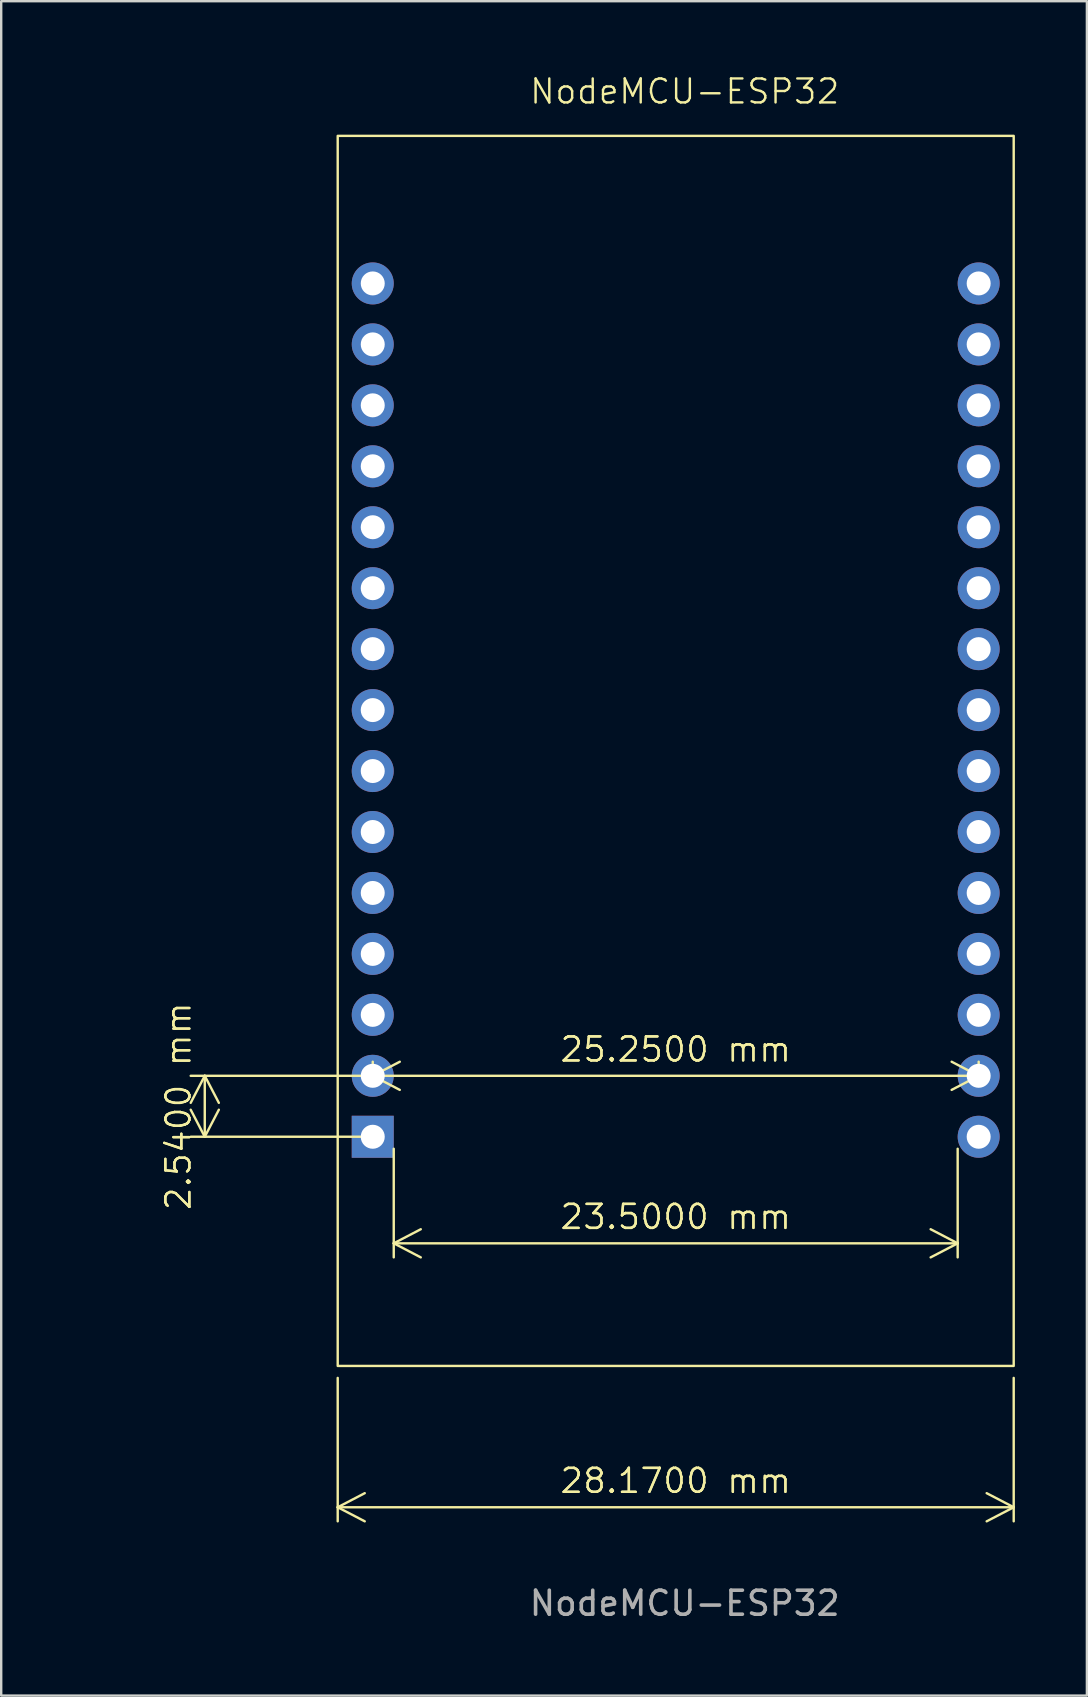
<source format=kicad_pcb>
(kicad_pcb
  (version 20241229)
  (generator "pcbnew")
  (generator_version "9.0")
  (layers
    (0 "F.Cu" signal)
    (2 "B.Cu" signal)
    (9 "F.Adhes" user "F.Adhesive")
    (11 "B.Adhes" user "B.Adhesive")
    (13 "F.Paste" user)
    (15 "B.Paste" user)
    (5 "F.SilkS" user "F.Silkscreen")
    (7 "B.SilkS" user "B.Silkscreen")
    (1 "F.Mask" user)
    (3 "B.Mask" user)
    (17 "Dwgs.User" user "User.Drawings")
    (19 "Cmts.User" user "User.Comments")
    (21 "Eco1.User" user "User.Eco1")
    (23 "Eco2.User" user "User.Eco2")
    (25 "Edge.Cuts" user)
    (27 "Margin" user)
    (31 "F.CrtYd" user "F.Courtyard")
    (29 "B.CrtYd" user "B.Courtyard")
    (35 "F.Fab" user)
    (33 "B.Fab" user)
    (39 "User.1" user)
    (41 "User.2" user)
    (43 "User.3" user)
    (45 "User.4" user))
  (footprint "NodeMCU-ESP32"
    (layer "F.Cu")
    (at 25.483 24.761)
    (property "Reference" "NodeMCU-ESP32" (at 0 -24 0) (unlocked yes) (layer "F.SilkS") (effects (font (size 1 1) (thickness 0.1))))
    (attr through_hole)
    (fp_rect (start -14.46 -22.15) (end 13.71 29.11) (stroke (width 0.1) (type default)) (fill no) (layer "F.SilkS"))
    (fp_text user "${REFERENCE}" (at 0 39 0) (unlocked yes) (layer "F.Fab") (effects (font (size 1 1) (thickness 0.15))))
    (dimension (type aligned) (layer "F.SilkS") (pts (xy 13.358 44.321) (xy 36.858 44.321)) (height 4.44) (format (prefix "") (suffix "") (units 3) (units_format 1) (precision 4)) (style (thickness 0.1) (arrow_length 1.27) (text_position_mode 0) (arrow_direction outward) (extension_height 0.586) (extension_offset 0.5) (keep_text_aligned yes)) (gr_text "23.5000 mm" (at 25.108 47.66 0) (layer "F.SilkS") (effects (font (size 1 1) (thickness 0.1)))))
    (dimension (type aligned) (layer "F.SilkS") (pts (xy 12.483 41.781) (xy 37.733 41.781)) (height 0) (format (prefix "") (suffix "") (units 3) (units_format 1) (precision 4)) (style (thickness 0.1) (arrow_length 1.27) (text_position_mode 0) (arrow_direction outward) (extension_height 0.586) (extension_offset 0.5) (keep_text_aligned yes)) (gr_text "25.2500 mm" (at 25.108 40.681 0) (layer "F.SilkS") (effects (font (size 1 1) (thickness 0.1)))))
    (dimension (type aligned) (layer "F.SilkS") (pts (xy 11.023 53.87) (xy 39.193 53.87)) (height 5.89) (format (prefix "") (suffix "") (units 3) (units_format 1) (precision 4)) (style (thickness 0.1) (arrow_length 1.27) (text_position_mode 0) (arrow_direction outward) (extension_height 0.586) (extension_offset 0.5) (keep_text_aligned yes)) (gr_text "28.1700 mm" (at 25.108 58.66 0) (layer "F.SilkS") (effects (font (size 1 1) (thickness 0.1)))))
    (dimension (type aligned) (layer "F.SilkS") (pts (xy 12.483 44.321) (xy 12.483 41.781)) (height -7) (format (prefix "") (suffix "") (units 3) (units_format 1) (precision 4)) (style (thickness 0.1) (arrow_length 1.27) (text_position_mode 0) (arrow_direction outward) (extension_height 0.586) (extension_offset 0.5) (keep_text_aligned yes)) (gr_text "2.5400 mm" (at 4.383 43.05 90) (layer "F.SilkS") (effects (font (size 1 1) (thickness 0.1)))))
    (pad "1" thru_hole circle (at -13 -16) (size 1.75 1.75) (drill 1) (layers "*.Cu" "*.Mask"))
    (pad "1" thru_hole circle (at -13 -13.46) (size 1.75 1.75) (drill 1) (layers "*.Cu" "*.Mask"))
    (pad "1" thru_hole circle (at -13 -10.92) (size 1.75 1.75) (drill 1) (layers "*.Cu" "*.Mask"))
    (pad "1" thru_hole circle (at -13 -8.38) (size 1.75 1.75) (drill 1) (layers "*.Cu" "*.Mask"))
    (pad "1" thru_hole circle (at -13 -5.84) (size 1.75 1.75) (drill 1) (layers "*.Cu" "*.Mask"))
    (pad "1" thru_hole circle (at -13 -3.3) (size 1.75 1.75) (drill 1) (layers "*.Cu" "*.Mask"))
    (pad "1" thru_hole circle (at -13 -0.76) (size 1.75 1.75) (drill 1) (layers "*.Cu" "*.Mask"))
    (pad "1" thru_hole circle (at -13 1.78) (size 1.75 1.75) (drill 1) (layers "*.Cu" "*.Mask"))
    (pad "1" thru_hole circle (at -13 4.32) (size 1.75 1.75) (drill 1) (layers "*.Cu" "*.Mask"))
    (pad "1" thru_hole circle (at -13 6.86) (size 1.75 1.75) (drill 1) (layers "*.Cu" "*.Mask"))
    (pad "1" thru_hole circle (at -13 9.4) (size 1.75 1.75) (drill 1) (layers "*.Cu" "*.Mask"))
    (pad "1" thru_hole circle (at -13 11.94) (size 1.75 1.75) (drill 1) (layers "*.Cu" "*.Mask"))
    (pad "1" thru_hole circle (at -13 14.48) (size 1.75 1.75) (drill 1) (layers "*.Cu" "*.Mask"))
    (pad "1" thru_hole circle (at -13 17.02) (size 1.75 1.75) (drill 1) (layers "*.Cu" "*.Mask"))
    (pad "1" thru_hole rect (at -13 19.56) (size 1.75 1.75) (drill 1) (layers "*.Cu" "*.Mask"))
    (pad "1" thru_hole circle (at 12.25 -16) (size 1.75 1.75) (drill 1) (layers "*.Cu" "*.Mask"))
    (pad "1" thru_hole circle (at 12.25 -13.46) (size 1.75 1.75) (drill 1) (layers "*.Cu" "*.Mask"))
    (pad "1" thru_hole circle (at 12.25 -10.92) (size 1.75 1.75) (drill 1) (layers "*.Cu" "*.Mask"))
    (pad "1" thru_hole circle (at 12.25 -8.38) (size 1.75 1.75) (drill 1) (layers "*.Cu" "*.Mask"))
    (pad "1" thru_hole circle (at 12.25 -5.84) (size 1.75 1.75) (drill 1) (layers "*.Cu" "*.Mask"))
    (pad "1" thru_hole circle (at 12.25 -3.3) (size 1.75 1.75) (drill 1) (layers "*.Cu" "*.Mask"))
    (pad "1" thru_hole circle (at 12.25 -0.76) (size 1.75 1.75) (drill 1) (layers "*.Cu" "*.Mask"))
    (pad "1" thru_hole circle (at 12.25 1.78) (size 1.75 1.75) (drill 1) (layers "*.Cu" "*.Mask"))
    (pad "1" thru_hole circle (at 12.25 4.32) (size 1.75 1.75) (drill 1) (layers "*.Cu" "*.Mask"))
    (pad "1" thru_hole circle (at 12.25 6.86) (size 1.75 1.75) (drill 1) (layers "*.Cu" "*.Mask"))
    (pad "1" thru_hole circle (at 12.25 9.4) (size 1.75 1.75) (drill 1) (layers "*.Cu" "*.Mask"))
    (pad "1" thru_hole circle (at 12.25 11.94) (size 1.75 1.75) (drill 1) (layers "*.Cu" "*.Mask"))
    (pad "1" thru_hole circle (at 12.25 14.48) (size 1.75 1.75) (drill 1) (layers "*.Cu" "*.Mask"))
    (pad "1" thru_hole circle (at 12.25 17.02) (size 1.75 1.75) (drill 1) (layers "*.Cu" "*.Mask"))
    (pad "1" thru_hole circle (at 12.25 19.56) (size 1.75 1.75) (drill 1) (layers "*.Cu" "*.Mask")))
  (gr_rect
    (start -3 -3)
    (end 42.243 67.609)
    (stroke (width 0.1) (type default))
    (fill no)
    (layer "Edge.Cuts")))
</source>
